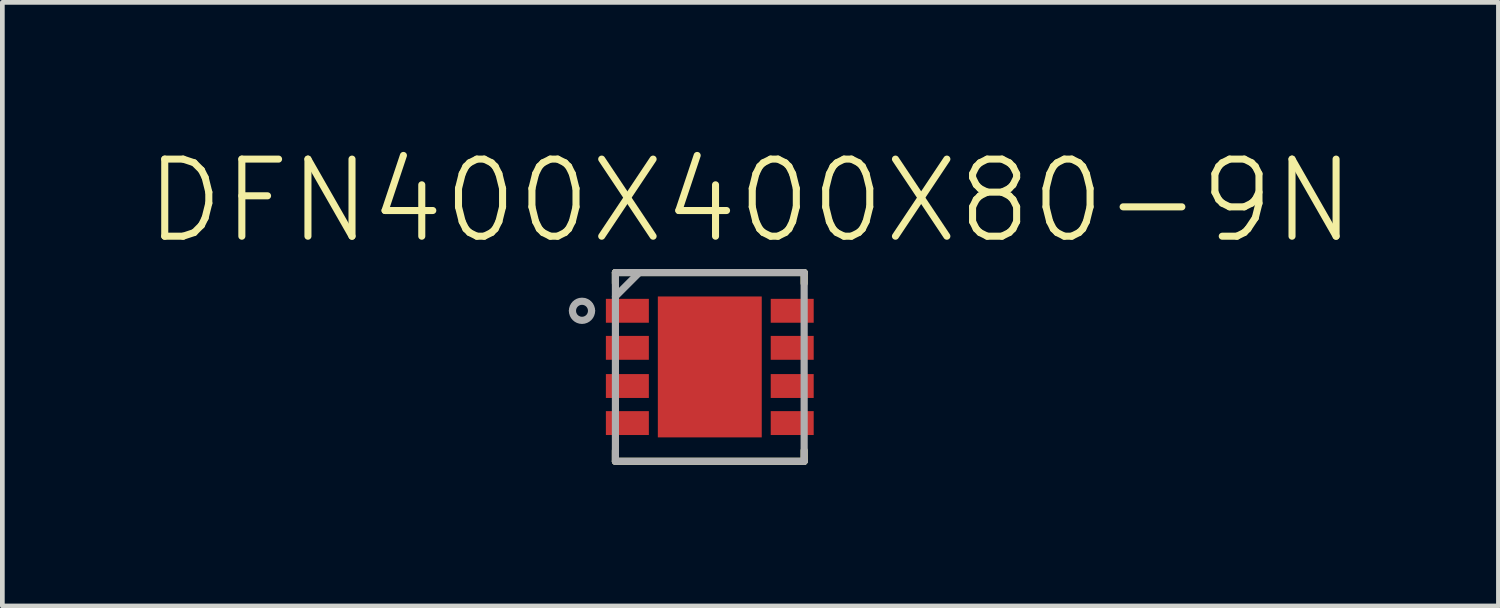
<source format=kicad_pcb>
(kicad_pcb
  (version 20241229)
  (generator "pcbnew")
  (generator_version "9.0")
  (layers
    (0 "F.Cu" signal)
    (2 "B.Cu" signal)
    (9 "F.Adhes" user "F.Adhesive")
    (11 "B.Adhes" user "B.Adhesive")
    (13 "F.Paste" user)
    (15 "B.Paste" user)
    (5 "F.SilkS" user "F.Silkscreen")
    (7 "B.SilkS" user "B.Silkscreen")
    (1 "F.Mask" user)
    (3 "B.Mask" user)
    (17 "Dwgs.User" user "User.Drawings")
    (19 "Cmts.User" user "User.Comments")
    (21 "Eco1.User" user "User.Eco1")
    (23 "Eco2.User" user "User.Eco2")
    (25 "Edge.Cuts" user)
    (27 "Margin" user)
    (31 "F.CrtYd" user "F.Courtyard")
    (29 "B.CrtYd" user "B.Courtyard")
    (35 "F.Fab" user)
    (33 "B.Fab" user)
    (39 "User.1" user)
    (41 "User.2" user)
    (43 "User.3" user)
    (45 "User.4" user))
  (footprint "DFN400X400X80-9N"
    (layer "F.Cu")
    (at 12.046 4.754)
    (property "Reference" "DFN400X400X80-9N" (at 0.864 -3.531 0) (layer "F.SilkS") (effects (font (size 1.64 1.64) (thickness 0.15))))
    (attr smd)
    (fp_line (start -2.007 -2.007) (end -2.007 -1.778) (stroke (width 0.152) (type solid)) (layer "F.SilkS"))
    (fp_line (start -2.007 1.778) (end -2.007 2.007) (stroke (width 0.152) (type solid)) (layer "F.SilkS"))
    (fp_line (start -2.007 2.007) (end 2.007 2.007) (stroke (width 0.152) (type solid)) (layer "F.SilkS"))
    (fp_line (start 2.007 -2.007) (end -2.007 -2.007) (stroke (width 0.152) (type solid)) (layer "F.SilkS"))
    (fp_line (start 2.007 -1.778) (end 2.007 -2.007) (stroke (width 0.152) (type solid)) (layer "F.SilkS"))
    (fp_line (start 2.007 2.007) (end 2.007 1.778) (stroke (width 0.152) (type solid)) (layer "F.SilkS"))
    (fp_arc (start -2.54 -1.0922) (mid -2.913859 -1.2065) (end -2.54 -1.3208) (stroke (width 0.1) (type solid)) (layer "F.SilkS"))
    (fp_line (start -2.007 -2.007) (end -2.007 2.007) (stroke (width 0.152) (type solid)) (layer "F.Fab"))
    (fp_line (start -2.007 2.007) (end 2.007 2.007) (stroke (width 0.152) (type solid)) (layer "F.Fab"))
    (fp_line (start -1.499 -2.007) (end -2.007 -1.499) (stroke (width 0.152) (type solid)) (layer "F.Fab"))
    (fp_line (start 2.007 -2.007) (end -2.007 -2.007) (stroke (width 0.152) (type solid)) (layer "F.Fab"))
    (fp_line (start 2.007 2.007) (end 2.007 -2.007) (stroke (width 0.152) (type solid)) (layer "F.Fab"))
    (fp_arc (start -2.921 -1.1938) (mid -2.7178 -1.397) (end -2.5146 -1.1938) (stroke (width 0.1524) (type solid)) (layer "F.Fab"))
    (fp_arc (start -2.5146 -1.1938) (mid -2.7178 -0.9906) (end -2.921 -1.1938) (stroke (width 0.1524) (type solid)) (layer "F.Fab"))
    (pad "1" smd rect (at -1.753 -1.194) (size 0.914 0.508) (layers "F.Cu" "F.Mask" "F.Paste"))
    (pad "2" smd rect (at -1.753 -0.406) (size 0.914 0.508) (layers "F.Cu" "F.Mask" "F.Paste"))
    (pad "3" smd rect (at -1.753 0.406) (size 0.914 0.508) (layers "F.Cu" "F.Mask" "F.Paste"))
    (pad "4" smd rect (at -1.753 1.194) (size 0.914 0.508) (layers "F.Cu" "F.Mask" "F.Paste"))
    (pad "5" smd rect (at 1.753 1.194) (size 0.914 0.508) (layers "F.Cu" "F.Mask" "F.Paste"))
    (pad "6" smd rect (at 1.753 0.406) (size 0.914 0.508) (layers "F.Cu" "F.Mask" "F.Paste"))
    (pad "7" smd rect (at 1.753 -0.406) (size 0.914 0.508) (layers "F.Cu" "F.Mask" "F.Paste"))
    (pad "8" smd rect (at 1.753 -1.194) (size 0.914 0.508) (layers "F.Cu" "F.Mask" "F.Paste"))
    (pad "9" smd rect (at 0 0) (size 2.21 2.997) (layers "F.Cu" "F.Mask" "F.Paste")))
  (gr_rect
    (start -3 -3)
    (end 28.819 9.837)
    (stroke (width 0.1) (type default))
    (fill no)
    (layer "Edge.Cuts")))
</source>
